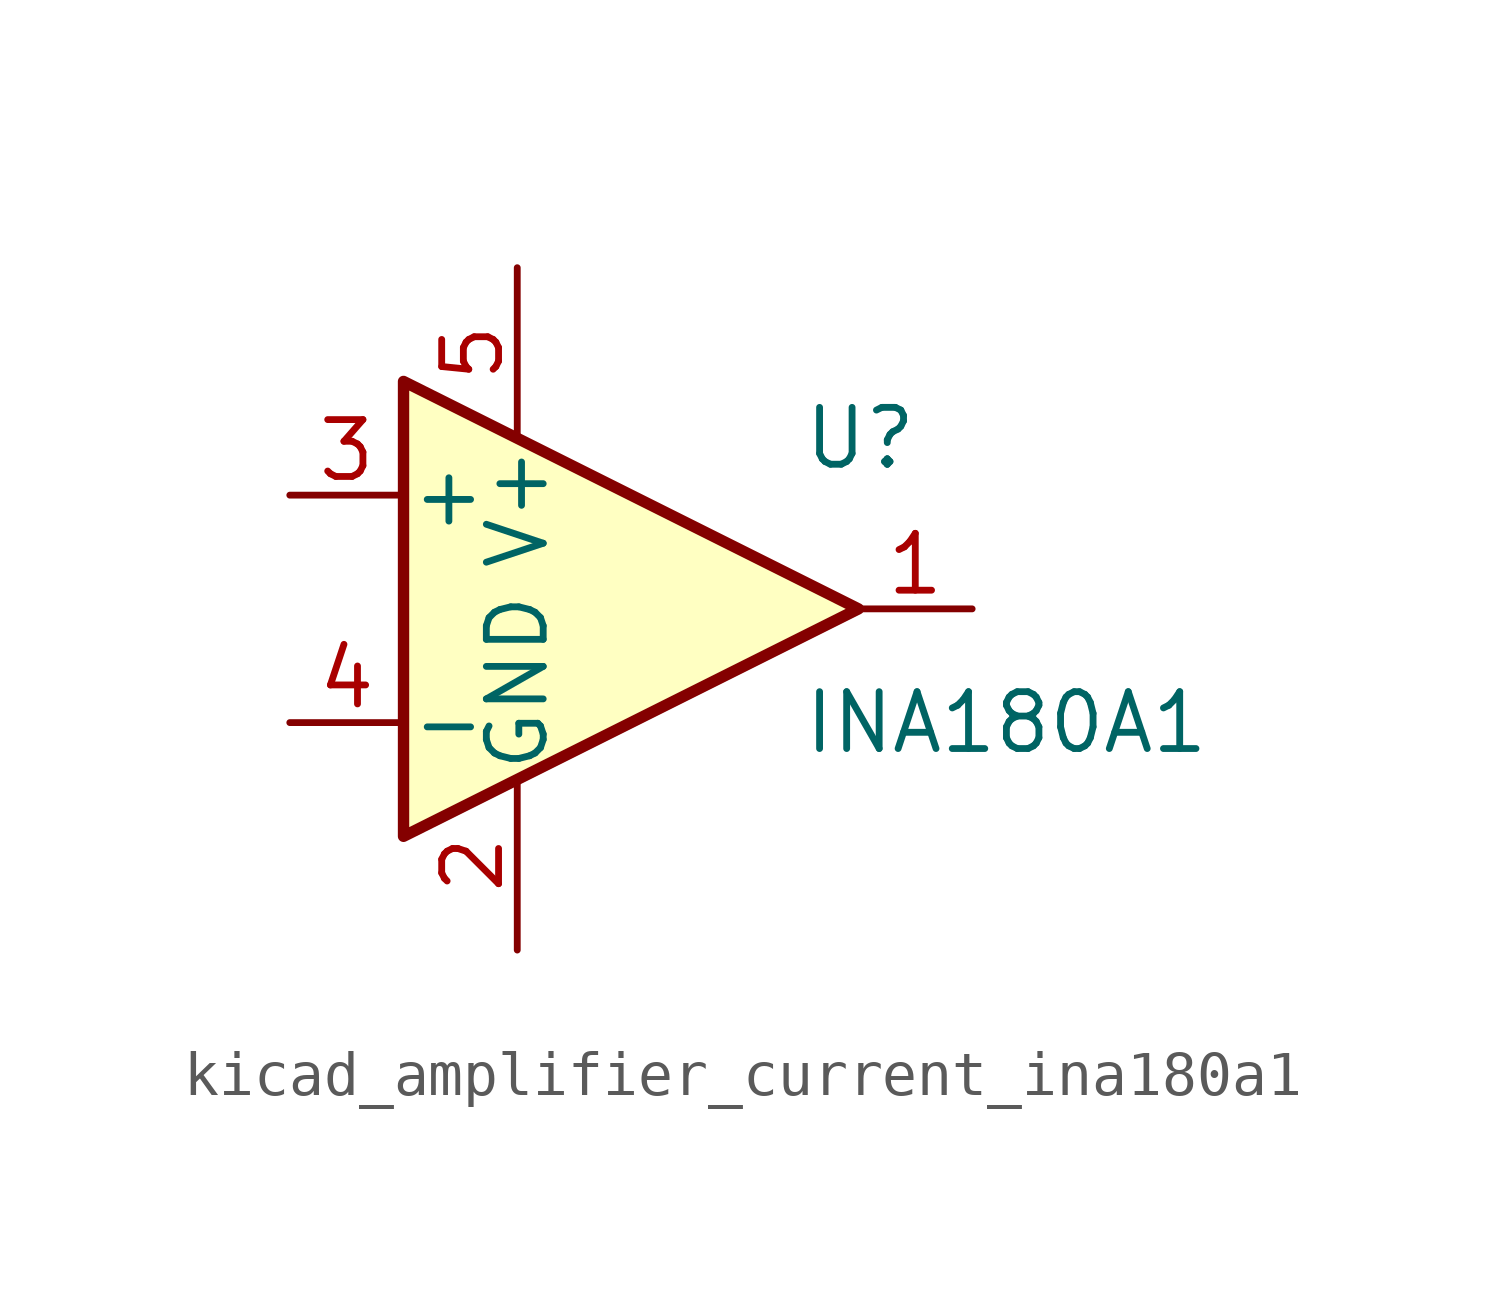
<source format=kicad_sym>
(kicad_symbol_lib
  (version 20220914)
  (generator kicad_symbol_editor)
  (symbol "kicad_amplifier_current_ina180a1"
    (pin_names
      (offset 0.127))
    (property "Reference" "U"
      (at 3.81 3.81 0)
      (effects (font (size 1.27 1.27)) (justify left)))
    (property "Value" "INA180A1"
      (at 3.81 -2.54 0)
      (effects (font (size 1.27 1.27)) (justify left)))
    (symbol "kicad_amplifier_current_ina180a1_0_1"
      (polyline (pts (xy 5.08 0) (xy -5.08 5.08) (xy -5.08 -5.08) (xy 5.08 0)) (stroke (width 0.254) (type default)) (fill (type background))))
    (symbol "kicad_amplifier_current_ina180a1_1_1"
      (pin output line (at 7.62 0 180) (length 2.54) (name "~" (effects (font (size 1.27 1.27)))) (number "1" (effects (font (size 1.27 1.27)))))
      (pin power_in line (at -2.54 -7.62 90) (length 3.81) (name "GND" (effects (font (size 1.27 1.27)))) (number "2" (effects (font (size 1.27 1.27)))))
      (pin input line (at -7.62 2.54 0) (length 2.54) (name "+" (effects (font (size 1.27 1.27)))) (number "3" (effects (font (size 1.27 1.27)))))
      (pin input line (at -7.62 -2.54 0) (length 2.54) (name "-" (effects (font (size 1.27 1.27)))) (number "4" (effects (font (size 1.27 1.27)))))
      (pin power_in line (at -2.54 7.62 270) (length 3.81) (name "V+" (effects (font (size 1.27 1.27)))) (number "5" (effects (font (size 1.27 1.27))))))))
</source>
